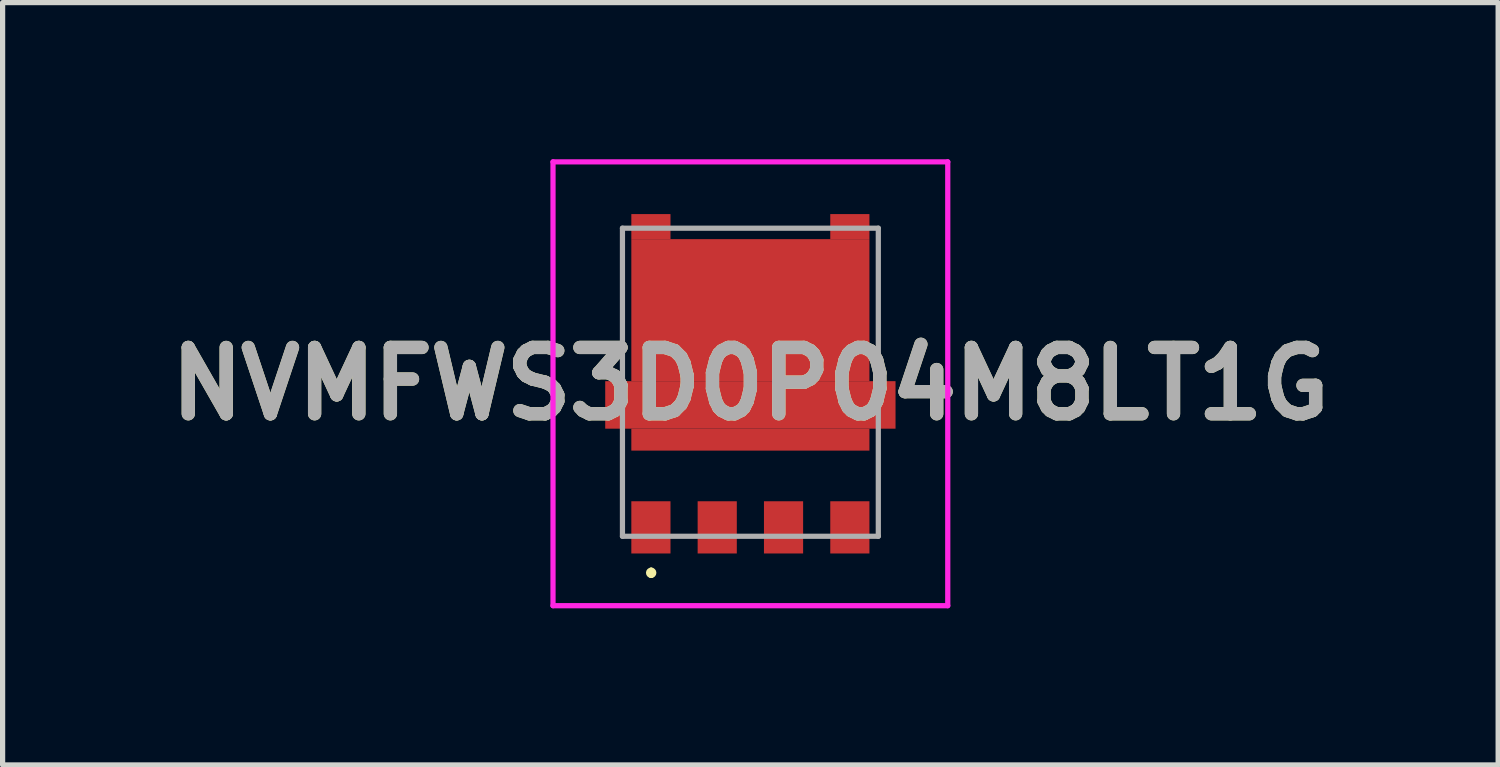
<source format=kicad_pcb>
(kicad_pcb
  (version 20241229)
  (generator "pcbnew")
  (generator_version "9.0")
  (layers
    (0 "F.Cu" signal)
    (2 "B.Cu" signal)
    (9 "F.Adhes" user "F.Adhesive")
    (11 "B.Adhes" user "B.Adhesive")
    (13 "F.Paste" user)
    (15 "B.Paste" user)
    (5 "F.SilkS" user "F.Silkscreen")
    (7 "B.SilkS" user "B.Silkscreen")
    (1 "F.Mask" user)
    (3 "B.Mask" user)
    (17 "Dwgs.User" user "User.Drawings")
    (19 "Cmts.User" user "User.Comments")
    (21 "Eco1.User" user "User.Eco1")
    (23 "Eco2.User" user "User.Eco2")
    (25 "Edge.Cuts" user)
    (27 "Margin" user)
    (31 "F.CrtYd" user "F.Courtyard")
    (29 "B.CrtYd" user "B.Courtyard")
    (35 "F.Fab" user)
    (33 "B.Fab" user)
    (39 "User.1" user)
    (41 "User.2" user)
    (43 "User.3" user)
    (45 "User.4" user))
  (footprint "NVMFWS3D0P04M8LT1G"
    (layer "F.Cu")
    (at 11.321 4.3)
    (property "Reference" "NVMFWS3D0P04M8LT1G" (at 0 0 0) (layer "F.SilkS") (effects (font (size 1.27 1.27) (thickness 0.254))))
    (attr smd)
    (fp_line (start -1.9 3.57) (end -1.9 3.57) (stroke (width 0.1) (type solid)) (layer "F.SilkS"))
    (fp_line (start -1.9 3.67) (end -1.9 3.67) (stroke (width 0.1) (type solid)) (layer "F.SilkS"))
    (fp_arc (start -1.9 3.57) (mid -1.85 3.62) (end -1.9 3.67) (stroke (width 0.1) (type solid)) (layer "F.SilkS"))
    (fp_arc (start -1.9 3.67) (mid -1.95 3.62) (end -1.9 3.57) (stroke (width 0.1) (type solid)) (layer "F.SilkS"))
    (fp_line (start -3.78 -4.25) (end 3.78 -4.25) (stroke (width 0.1) (type solid)) (layer "F.CrtYd"))
    (fp_line (start -3.78 4.25) (end -3.78 -4.25) (stroke (width 0.1) (type solid)) (layer "F.CrtYd"))
    (fp_line (start 3.78 -4.25) (end 3.78 4.25) (stroke (width 0.1) (type solid)) (layer "F.CrtYd"))
    (fp_line (start 3.78 4.25) (end -3.78 4.25) (stroke (width 0.1) (type solid)) (layer "F.CrtYd"))
    (fp_line (start -2.45 -2.98) (end 2.45 -2.98) (stroke (width 0.1) (type solid)) (layer "F.Fab"))
    (fp_line (start -2.45 2.92) (end -2.45 -2.98) (stroke (width 0.1) (type solid)) (layer "F.Fab"))
    (fp_line (start 2.45 -2.98) (end 2.45 2.92) (stroke (width 0.1) (type solid)) (layer "F.Fab"))
    (fp_line (start 2.45 2.92) (end -2.45 2.92) (stroke (width 0.1) (type solid)) (layer "F.Fab"))
    (fp_text user "${REFERENCE}" (at 0 0 0) (layer "F.Fab") (effects (font (size 1.27 1.27) (thickness 0.254))))
    (pad "1" smd rect (at -1.905 2.75) (size 0.75 1) (layers "F.Cu" "F.Mask" "F.Paste"))
    (pad "2" smd rect (at -0.635 2.75) (size 0.75 1) (layers "F.Cu" "F.Mask" "F.Paste"))
    (pad "3" smd rect (at 0.635 2.75) (size 0.75 1) (layers "F.Cu" "F.Mask" "F.Paste"))
    (pad "4" smd rect (at 1.905 2.75) (size 0.75 1) (layers "F.Cu" "F.Mask" "F.Paste"))
    (pad "5" smd rect (at 1.905 -3.01 90) (size 0.48 0.75) (layers "F.Cu" "F.Mask" "F.Paste"))
    (pad "6" smd rect (at -1.905 -3.01 90) (size 0.48 0.75) (layers "F.Cu" "F.Mask" "F.Paste"))
    (pad "7" smd rect (at 0 -1.41 90) (size 2.72 4.56) (layers "F.Cu" "F.Mask" "F.Paste"))
    (pad "8" smd rect (at 0 0.405 90) (size 0.91 5.56) (layers "F.Cu" "F.Mask" "F.Paste"))
    (pad "9" smd rect (at 0 1.07 90) (size 0.42 4.56) (layers "F.Cu" "F.Mask" "F.Paste")))
  (gr_rect
    (start -3 -3)
    (end 25.642 11.6)
    (stroke (width 0.1) (type default))
    (fill no)
    (layer "Edge.Cuts")))
</source>
